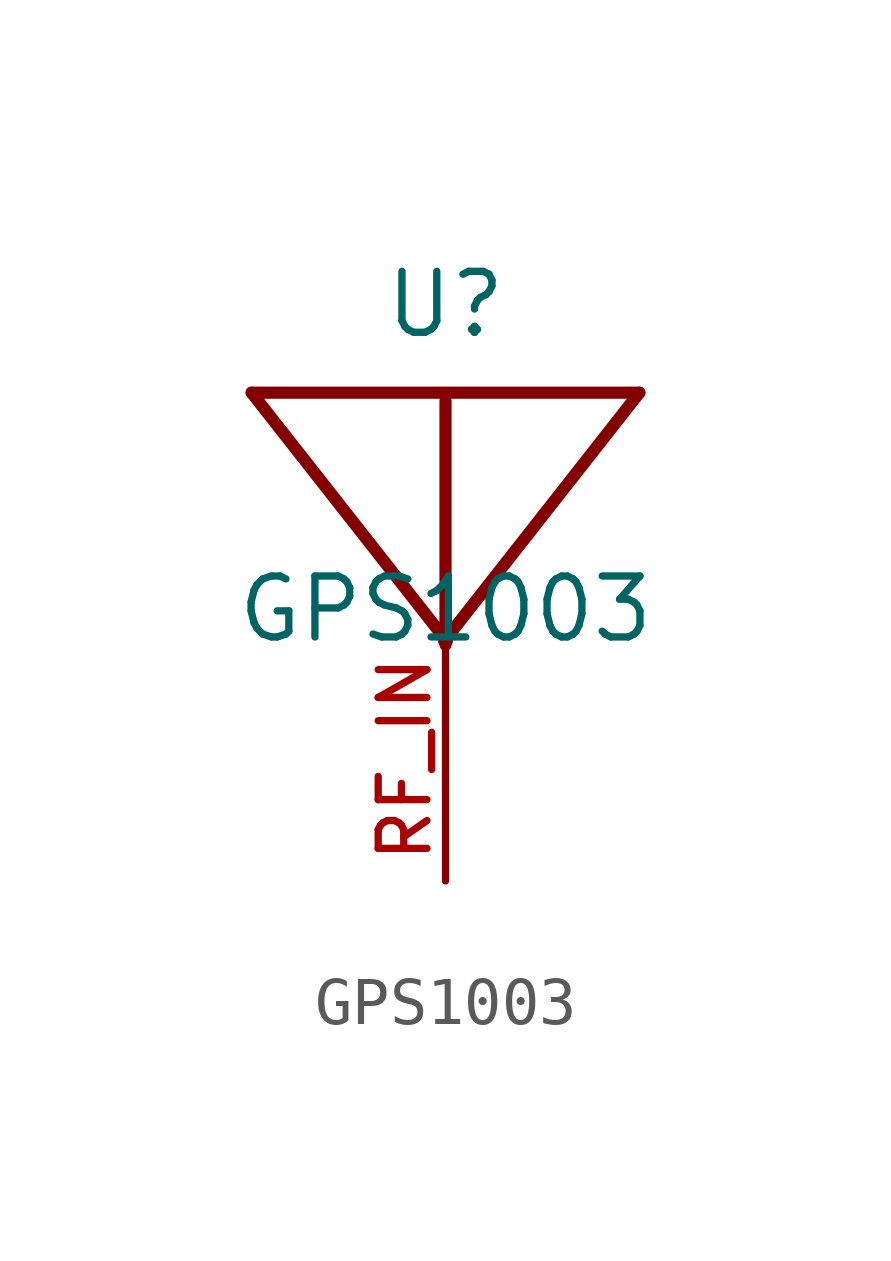
<source format=kicad_sym>
(kicad_symbol_lib
  (version 20211014)
  (generator kicad_symbol_editor)
  (symbol "GPS1003"
    (pin_names
      (offset 1.016))
    (property "Reference" "U"
      (at 0.0 6.35 0)
      (effects (font (size 1.27 1.27)) (justify bottom)))
    (property "Value" "GPS1003"
      (at 0 0.0 0)
      (effects (font (size 1.27 1.27)) (justify bottom)))
    (symbol "GPS1003_0_0"
      (polyline (pts (xy -4.04 5.254) (xy 4.04 5.254)) (stroke (width 0.254)))
      (polyline (pts (xy 4.04 5.254) (xy -0.024 0.08)) (stroke (width 0.254)))
      (polyline (pts (xy -0.024 0.08) (xy 0.024 0.08)) (stroke (width 0.254)))
      (polyline (pts (xy 0.024 0.08) (xy -4.04 5.254)) (stroke (width 0.254)))
      (polyline (pts (xy 0.0 5.08) (xy 0.0 0.0)) (stroke (width 0.254)))
      (pin bidirectional line (at 0.0 -4.92 90.0) (length 5.08) (name "~" (effects (font (size 1.016 1.016)))) (number "RF_IN" (effects (font (size 1.016 1.016))))))))
</source>
